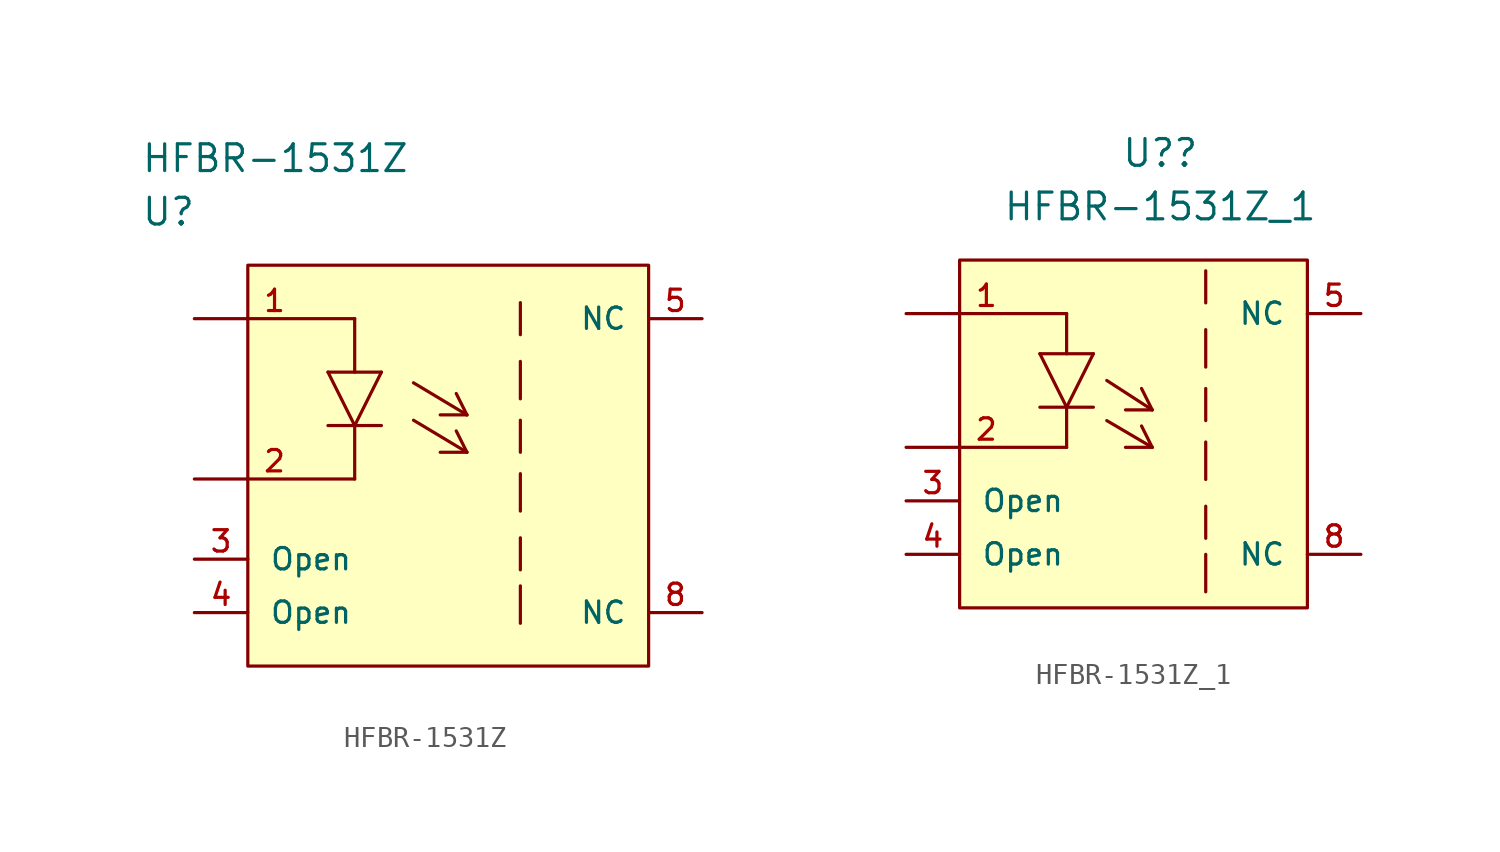
<source format=kicad_sym>
(kicad_symbol_lib
  (version 20211014)
  (generator kicad_symbol_editor)
  (symbol "HFBR-1531Z"
    (pin_names
      (offset 1.016))
    (property "Reference" "U"
      (at 0 5.08 0)
      (effects (font (size 1.27 1.27)) (justify left)))
    (property "Value" "HFBR-1531Z"
      (at 0 7.62 0)
      (effects (font (size 1.27 1.27)) (justify left)))
    (symbol "HFBR-1531Z_1_1"
      (polyline (pts (xy 8.89 -5.08) (xy 11.43 -5.08)) (stroke (width 0) (type default) (color 0 0 0 0)) (fill (type none)))
      (polyline (pts (xy 8.89 -2.54) (xy 11.43 -2.54)) (stroke (width 0) (type default) (color 0 0 0 0)) (fill (type none)))
      (polyline (pts (xy 10.16 -5.08) (xy 8.89 -2.54)) (stroke (width 0) (type default) (color 0 0 0 0)) (fill (type none)))
      (polyline (pts (xy 10.16 -5.08) (xy 10.16 -7.62)) (stroke (width 0) (type default) (color 0 0 0 0)) (fill (type none)))
      (polyline (pts (xy 10.16 0) (xy 10.16 -2.54)) (stroke (width 0) (type default) (color 0 0 0 0)) (fill (type none)))
      (polyline (pts (xy 11.43 -2.54) (xy 10.16 -5.08)) (stroke (width 0) (type default) (color 0 0 0 0)) (fill (type none)))
      (polyline (pts (xy 12.954 -4.826) (xy 15.494 -6.35)) (stroke (width 0) (type default) (color 0 0 0 0)) (fill (type none)))
      (polyline (pts (xy 12.954 -3.048) (xy 15.494 -4.572)) (stroke (width 0) (type default) (color 0 0 0 0)) (fill (type none)))
      (polyline (pts (xy 14.986 -5.334) (xy 15.494 -6.35)) (stroke (width 0) (type default) (color 0 0 0 0)) (fill (type none)))
      (polyline (pts (xy 14.986 -3.556) (xy 15.494 -4.572)) (stroke (width 0) (type default) (color 0 0 0 0)) (fill (type none)))
      (polyline (pts (xy 15.494 -6.35) (xy 14.224 -6.35)) (stroke (width 0) (type default) (color 0 0 0 0)) (fill (type none)))
      (polyline (pts (xy 15.494 -4.572) (xy 14.224 -4.572)) (stroke (width 0) (type default) (color 0 0 0 0)) (fill (type none)))
      (polyline (pts (xy 18.034 -12.7) (xy 18.034 -14.478)) (stroke (width 0) (type default) (color 0 0 0 0)) (fill (type none)))
      (polyline (pts (xy 18.034 -10.414) (xy 18.034 -11.938)) (stroke (width 0) (type default) (color 0 0 0 0)) (fill (type none)))
      (polyline (pts (xy 18.034 -7.366) (xy 18.034 -9.144)) (stroke (width 0) (type default) (color 0 0 0 0)) (fill (type none)))
      (polyline (pts (xy 18.034 -4.826) (xy 18.034 -6.35)) (stroke (width 0) (type default) (color 0 0 0 0)) (fill (type none)))
      (polyline (pts (xy 18.034 -2.032) (xy 18.034 -3.81)) (stroke (width 0) (type default) (color 0 0 0 0)) (fill (type none)))
      (polyline (pts (xy 18.034 0.762) (xy 18.034 -0.762)) (stroke (width 0) (type default) (color 0 0 0 0)) (fill (type none)))
      (rectangle (start 5.08 2.54) (end 24.13 -16.51) (stroke (width 0) (type default) (color 0 0 0 0)) (fill (type background)))
      (pin passive line (at 2.54 0 0) (length 7.62) (name "Anode" (effects (font (size 0 0)))) (number "1" (effects (font (size 1.016 1.016)))))
      (pin passive line (at 2.54 -7.62 0) (length 7.62) (name "Cathode" (effects (font (size 0 0)))) (number "2" (effects (font (size 1.016 1.016)))))
      (pin passive line (at 2.54 -11.43 0) (length 2.54) (name "Open" (effects (font (size 1.016 1.016)))) (number "3" (effects (font (size 1.016 1.016)))))
      (pin passive line (at 2.54 -13.97 0) (length 2.54) (name "Open" (effects (font (size 1.016 1.016)))) (number "4" (effects (font (size 1.016 1.016)))))
      (pin passive line (at 26.67 0 180) (length 2.54) (name "NC" (effects (font (size 1.016 1.016)))) (number "5" (effects (font (size 1.016 1.016)))))
      (pin passive line (at 26.67 -13.97 180) (length 2.54) (name "NC" (effects (font (size 1.016 1.016)))) (number "8" (effects (font (size 1.016 1.016)))))))
  (symbol "HFBR-1531Z_1"
    (pin_names
      (offset 1.016))
    (property "Reference" "U?"
      (at 14.605 7.62 0)
      (effects (font (size 1.27 1.27))))
    (property "Value" "HFBR-1531Z_1"
      (at 14.605 5.08 0)
      (effects (font (size 1.27 1.27))))
    (symbol "HFBR-1531Z_1_1_1"
      (polyline (pts (xy 8.89 -4.445) (xy 11.43 -4.445)) (stroke (width 0) (type default) (color 0 0 0 0)) (fill (type none)))
      (polyline (pts (xy 8.89 -1.905) (xy 11.43 -1.905)) (stroke (width 0) (type default) (color 0 0 0 0)) (fill (type none)))
      (polyline (pts (xy 10.16 -4.445) (xy 8.89 -1.905)) (stroke (width 0) (type default) (color 0 0 0 0)) (fill (type none)))
      (polyline (pts (xy 10.16 -4.445) (xy 10.16 -6.35)) (stroke (width 0) (type default) (color 0 0 0 0)) (fill (type none)))
      (polyline (pts (xy 10.16 0) (xy 10.16 -1.905)) (stroke (width 0) (type default) (color 0 0 0 0)) (fill (type none)))
      (polyline (pts (xy 11.43 -1.905) (xy 10.16 -4.445)) (stroke (width 0) (type default) (color 0 0 0 0)) (fill (type none)))
      (polyline (pts (xy 12.065 -5.08) (xy 14.224 -6.35)) (stroke (width 0) (type default) (color 0 0 0 0)) (fill (type none)))
      (polyline (pts (xy 12.065 -3.175) (xy 14.224 -4.572)) (stroke (width 0) (type default) (color 0 0 0 0)) (fill (type none)))
      (polyline (pts (xy 13.716 -5.334) (xy 14.224 -6.35)) (stroke (width 0) (type default) (color 0 0 0 0)) (fill (type none)))
      (polyline (pts (xy 13.716 -3.556) (xy 14.224 -4.572)) (stroke (width 0) (type default) (color 0 0 0 0)) (fill (type none)))
      (polyline (pts (xy 14.224 -6.35) (xy 12.954 -6.35)) (stroke (width 0) (type default) (color 0 0 0 0)) (fill (type none)))
      (polyline (pts (xy 14.224 -4.572) (xy 12.954 -4.572)) (stroke (width 0) (type default) (color 0 0 0 0)) (fill (type none)))
      (polyline (pts (xy 16.764 -11.43) (xy 16.764 -13.208)) (stroke (width 0) (type default) (color 0 0 0 0)) (fill (type none)))
      (polyline (pts (xy 16.764 -9.144) (xy 16.764 -10.668)) (stroke (width 0) (type default) (color 0 0 0 0)) (fill (type none)))
      (polyline (pts (xy 16.764 -6.096) (xy 16.764 -7.874)) (stroke (width 0) (type default) (color 0 0 0 0)) (fill (type none)))
      (polyline (pts (xy 16.764 -3.556) (xy 16.764 -5.08)) (stroke (width 0) (type default) (color 0 0 0 0)) (fill (type none)))
      (polyline (pts (xy 16.764 -0.762) (xy 16.764 -2.54)) (stroke (width 0) (type default) (color 0 0 0 0)) (fill (type none)))
      (polyline (pts (xy 16.764 2.032) (xy 16.764 0.508)) (stroke (width 0) (type default) (color 0 0 0 0)) (fill (type none)))
      (rectangle (start 5.08 2.54) (end 21.59 -13.97) (stroke (width 0) (type default) (color 0 0 0 0)) (fill (type background)))
      (pin passive line (at 2.54 0 0) (length 7.62) (name "Anode" (effects (font (size 0 0)))) (number "1" (effects (font (size 1.016 1.016)))))
      (pin passive line (at 2.54 -6.35 0) (length 7.62) (name "Cathode" (effects (font (size 0 0)))) (number "2" (effects (font (size 1.016 1.016)))))
      (pin passive line (at 2.54 -8.89 0) (length 2.54) (name "Open" (effects (font (size 1.016 1.016)))) (number "3" (effects (font (size 1.016 1.016)))))
      (pin passive line (at 2.54 -11.43 0) (length 2.54) (name "Open" (effects (font (size 1.016 1.016)))) (number "4" (effects (font (size 1.016 1.016)))))
      (pin passive line (at 24.13 0 180) (length 2.54) (name "NC" (effects (font (size 1.016 1.016)))) (number "5" (effects (font (size 1.016 1.016)))))
      (pin passive line (at 24.13 -11.43 180) (length 2.54) (name "NC" (effects (font (size 1.016 1.016)))) (number "8" (effects (font (size 1.016 1.016))))))))
</source>
